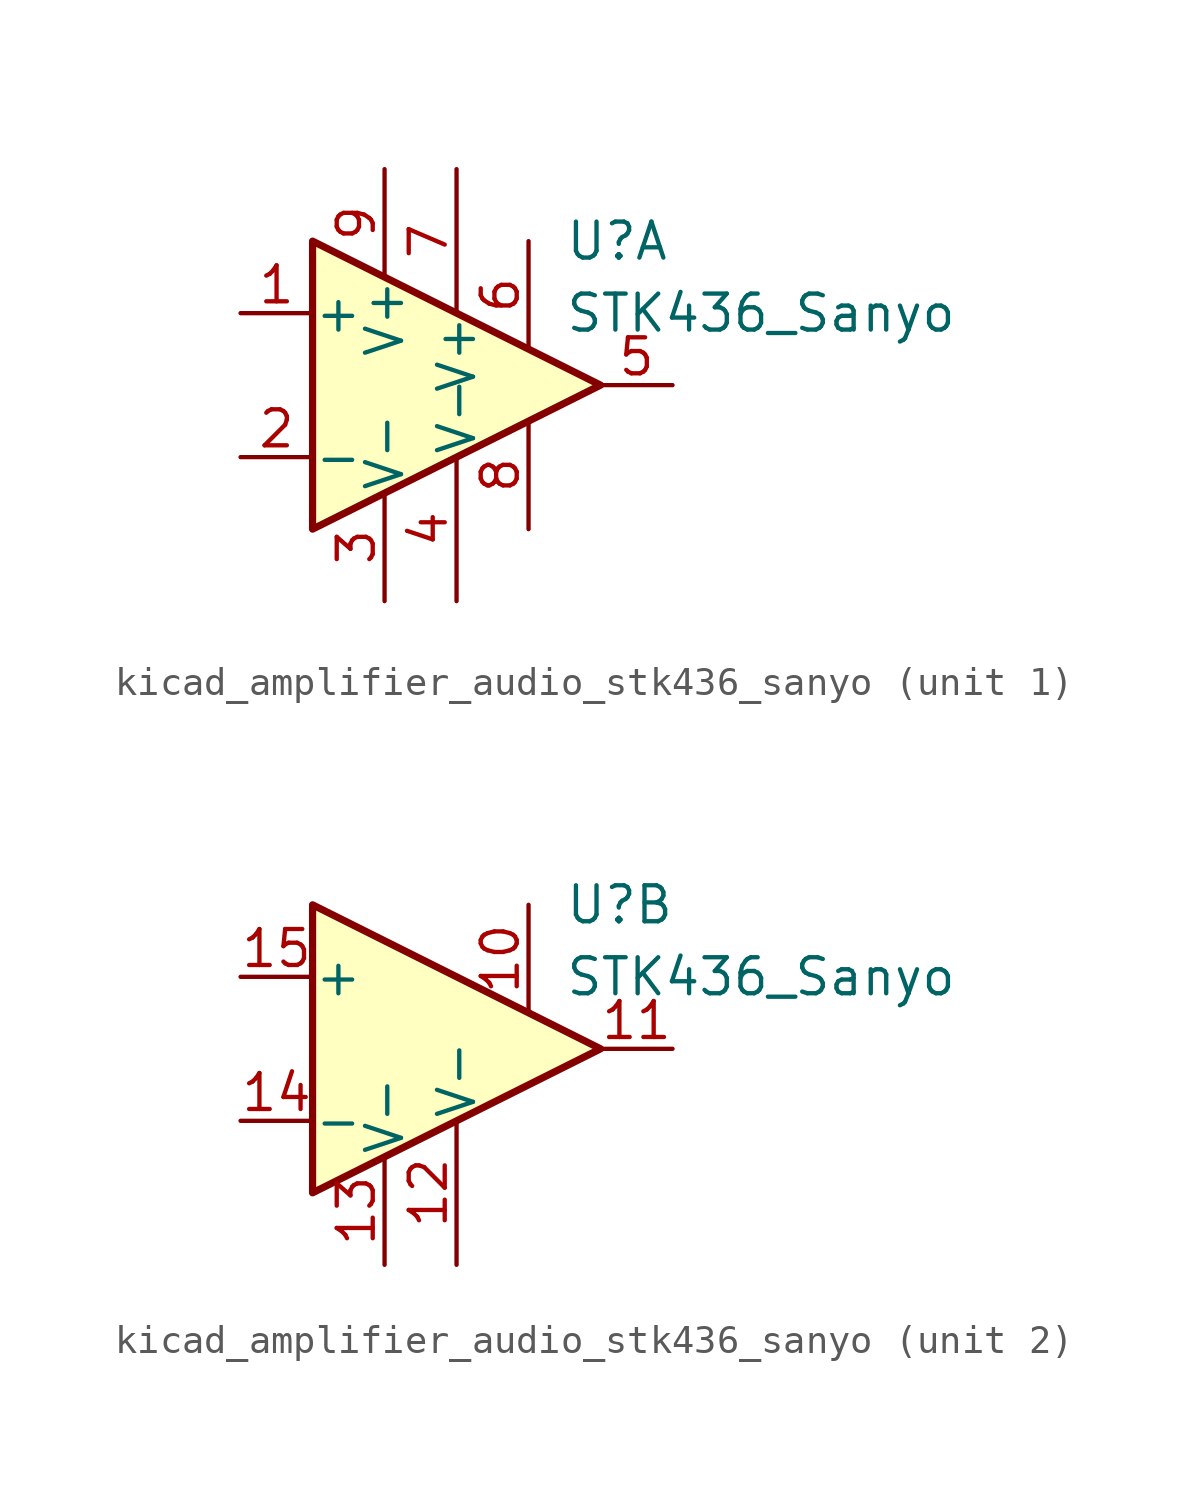
<source format=kicad_sym>
(kicad_symbol_lib
  (version 20220914)
  (generator kicad_symbol_editor)
  (symbol "kicad_amplifier_audio_stk436_sanyo"
    (pin_names
      (offset 0.025))
    (property "Reference" "U"
      (at 3.81 5.08 0)
      (effects (font (size 1.27 1.27)) (justify left)))
    (property "Value" "STK436_Sanyo"
      (at 3.81 2.54 0)
      (effects (font (size 1.27 1.27)) (justify left)))
    (symbol "kicad_amplifier_audio_stk436_sanyo_0_1"
      (polyline (pts (xy -5.08 5.08) (xy 5.08 0) (xy -5.08 -5.08) (xy -5.08 5.08)) (stroke (width 0.254) (type default)) (fill (type background))))
    (symbol "kicad_amplifier_audio_stk436_sanyo_1_1"
      (pin input line (at -7.62 2.54 0) (length 2.54) (name "+" (effects (font (size 1.27 1.27)))) (number "1" (effects (font (size 1.27 1.27)))))
      (pin input line (at -7.62 -2.54 0) (length 2.54) (name "-" (effects (font (size 1.27 1.27)))) (number "2" (effects (font (size 1.27 1.27)))))
      (pin power_in line (at -2.54 -7.62 90) (length 3.81) (name "V-" (effects (font (size 1.27 1.27)))) (number "3" (effects (font (size 1.27 1.27)))))
      (pin power_in line (at 0 -7.62 90) (length 5.08) (name "V-" (effects (font (size 1.27 1.27)))) (number "4" (effects (font (size 1.27 1.27)))))
      (pin output line (at 7.62 0 180) (length 2.54) (name "~" (effects (font (size 1.27 1.27)))) (number "5" (effects (font (size 1.27 1.27)))))
      (pin passive line (at 2.54 5.08 270) (length 3.81) (name "~" (effects (font (size 1.27 1.27)))) (number "6" (effects (font (size 1.27 1.27)))))
      (pin power_in line (at 0 7.62 270) (length 5.08) (name "V+" (effects (font (size 1.27 1.27)))) (number "7" (effects (font (size 1.27 1.27)))))
      (pin power_in line (at 2.54 -5.08 90) (length 3.81) (name "~" (effects (font (size 1.27 1.27)))) (number "8" (effects (font (size 1.27 1.27)))))
      (pin power_in line (at -2.54 7.62 270) (length 3.81) (name "V+" (effects (font (size 1.27 1.27)))) (number "9" (effects (font (size 1.27 1.27))))))
    (symbol "kicad_amplifier_audio_stk436_sanyo_2_1"
      (pin passive line (at 2.54 5.08 270) (length 3.81) (name "~" (effects (font (size 1.27 1.27)))) (number "10" (effects (font (size 1.27 1.27)))))
      (pin output line (at 7.62 0 180) (length 2.54) (name "~" (effects (font (size 1.27 1.27)))) (number "11" (effects (font (size 1.27 1.27)))))
      (pin power_in line (at 0 -7.62 90) (length 5.08) (name "V-" (effects (font (size 1.27 1.27)))) (number "12" (effects (font (size 1.27 1.27)))))
      (pin power_in line (at -2.54 -7.62 90) (length 3.81) (name "V-" (effects (font (size 1.27 1.27)))) (number "13" (effects (font (size 1.27 1.27)))))
      (pin input line (at -7.62 -2.54 0) (length 2.54) (name "-" (effects (font (size 1.27 1.27)))) (number "14" (effects (font (size 1.27 1.27)))))
      (pin input line (at -7.62 2.54 0) (length 2.54) (name "+" (effects (font (size 1.27 1.27)))) (number "15" (effects (font (size 1.27 1.27))))))))
</source>
